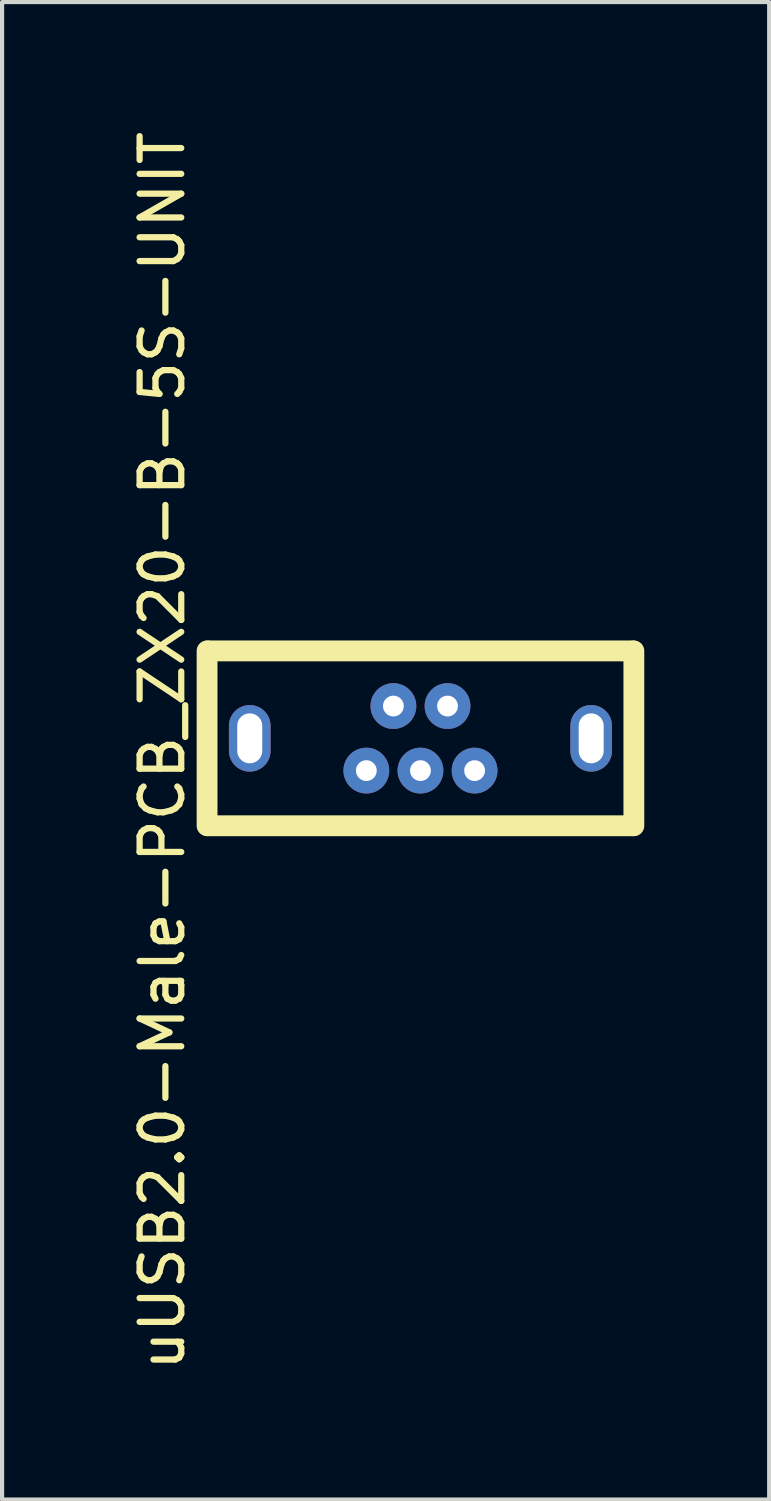
<source format=kicad_pcb>
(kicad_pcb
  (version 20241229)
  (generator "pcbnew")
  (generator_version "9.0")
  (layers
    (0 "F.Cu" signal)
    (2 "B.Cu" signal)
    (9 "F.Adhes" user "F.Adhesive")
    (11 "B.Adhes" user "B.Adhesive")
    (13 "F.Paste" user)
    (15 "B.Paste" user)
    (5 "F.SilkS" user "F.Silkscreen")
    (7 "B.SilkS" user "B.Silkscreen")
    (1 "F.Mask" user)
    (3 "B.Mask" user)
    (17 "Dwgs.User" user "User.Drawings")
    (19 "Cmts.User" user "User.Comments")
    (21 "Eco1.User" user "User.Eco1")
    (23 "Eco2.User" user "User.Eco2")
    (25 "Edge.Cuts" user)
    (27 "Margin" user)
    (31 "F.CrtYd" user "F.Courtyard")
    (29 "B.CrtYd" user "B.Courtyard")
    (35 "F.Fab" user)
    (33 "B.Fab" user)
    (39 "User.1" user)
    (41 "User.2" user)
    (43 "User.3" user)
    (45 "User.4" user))
  (footprint "uUSB2.0-Male-PCB_ZX20-B-5S-UNIT"
    (layer "F.Cu")
    (at 7.048 14.682)
    (property "Reference" "uUSB2.0-Male-PCB_ZX20-B-5S-UNIT" (at -6.2 0.3 90) (layer "F.SilkS") (effects (font (size 1 1) (thickness 0.15))))
    (attr through_hole)
    (fp_line (start -5.125 -2.1) (end -5.125 2.1) (stroke (width 0.5) (type solid)) (layer "F.SilkS"))
    (fp_line (start -5.1 -2.1) (end 5.1 -2.1) (stroke (width 0.5) (type solid)) (layer "F.SilkS"))
    (fp_line (start -5.1 2.1) (end 5.1 2.1) (stroke (width 0.5) (type solid)) (layer "F.SilkS"))
    (fp_line (start 5.125 -2.1) (end 5.125 2.1) (stroke (width 0.5) (type solid)) (layer "F.SilkS"))
    (pad "1" thru_hole circle (at -1.3 0.775) (size 1.1 1.1) (drill 0.5) (layers "*.Cu" "*.Mask"))
    (pad "2" thru_hole circle (at -0.65 -0.775) (size 1.1 1.1) (drill 0.5) (layers "*.Cu" "*.Mask"))
    (pad "3" thru_hole circle (at 0 0.775) (size 1.1 1.1) (drill 0.5) (layers "*.Cu" "*.Mask"))
    (pad "4" thru_hole circle (at 0.65 -0.775) (size 1.1 1.1) (drill 0.5) (layers "*.Cu" "*.Mask"))
    (pad "5" thru_hole circle (at 1.3 0.775) (size 1.1 1.1) (drill 0.5) (layers "*.Cu" "*.Mask"))
    (pad "6" thru_hole oval (at -4.1 0) (size 1 1.6) (drill oval 0.6 1.2) (layers "*.Cu" "*.Mask"))
    (pad "6" thru_hole oval (at 4.1 0) (size 1 1.6) (drill oval 0.6 1.2) (layers "*.Cu" "*.Mask")))
  (gr_rect
    (start -3 -3)
    (end 15.423 32.964)
    (stroke (width 0.1) (type default))
    (fill no)
    (layer "Edge.Cuts")))
</source>
